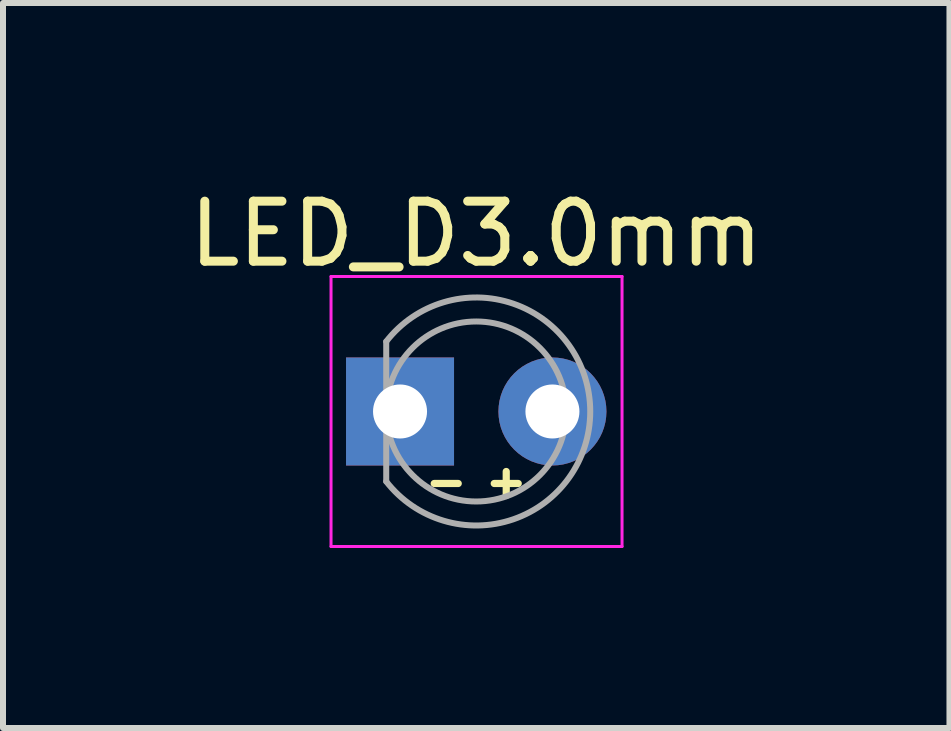
<source format=kicad_pcb>
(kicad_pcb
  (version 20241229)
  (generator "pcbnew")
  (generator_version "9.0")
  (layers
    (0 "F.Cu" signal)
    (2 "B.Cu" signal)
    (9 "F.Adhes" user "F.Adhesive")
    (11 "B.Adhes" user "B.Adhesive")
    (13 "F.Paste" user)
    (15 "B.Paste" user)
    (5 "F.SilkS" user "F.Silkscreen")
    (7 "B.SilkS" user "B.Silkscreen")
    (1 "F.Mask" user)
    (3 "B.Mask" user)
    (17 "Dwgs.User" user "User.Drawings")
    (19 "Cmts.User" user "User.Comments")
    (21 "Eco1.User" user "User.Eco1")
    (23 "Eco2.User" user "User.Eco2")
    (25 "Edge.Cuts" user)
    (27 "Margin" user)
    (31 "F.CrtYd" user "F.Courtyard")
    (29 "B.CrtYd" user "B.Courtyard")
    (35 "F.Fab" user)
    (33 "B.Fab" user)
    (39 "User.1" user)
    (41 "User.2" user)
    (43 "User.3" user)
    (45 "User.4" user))
  (footprint "LED_D3.0mm"
    (layer "F.Cu")
    (at 4.887 3.808)
    (property "Reference" "LED_D3.0mm" (at 0 -2.96 0) (layer "F.SilkS") (effects (font (size 1 1) (thickness 0.15))))
    (attr through_hole)
    (fp_line (start -0.7 1.2) (end -0.3 1.2) (stroke (width 0.12) (type solid)) (layer "F.SilkS"))
    (fp_line (start 0.5 1) (end 0.5 1.4) (stroke (width 0.12) (type solid)) (layer "F.SilkS"))
    (fp_line (start 0.7 1.2) (end 0.3 1.2) (stroke (width 0.12) (type solid)) (layer "F.SilkS"))
    (fp_line (start -2.42 -2.25) (end -2.42 2.25) (stroke (width 0.05) (type solid)) (layer "F.CrtYd"))
    (fp_line (start -2.42 2.25) (end 2.43 2.25) (stroke (width 0.05) (type solid)) (layer "F.CrtYd"))
    (fp_line (start 2.43 -2.25) (end -2.42 -2.25) (stroke (width 0.05) (type solid)) (layer "F.CrtYd"))
    (fp_line (start 2.43 2.25) (end 2.43 -2.25) (stroke (width 0.05) (type solid)) (layer "F.CrtYd"))
    (fp_line (start -1.5 -1.166) (end -1.5 1.166) (stroke (width 0.1) (type solid)) (layer "F.Fab"))
    (fp_arc (start -1.5 -1.16619) (mid 1.9 0.000452) (end -1.500555 1.165476) (stroke (width 0.1) (type solid)) (layer "F.Fab"))
    (fp_circle (center 0 0) (end 1.5 0) (stroke (width 0.1) (type solid)) (fill no) (layer "F.Fab"))
    (pad "1" thru_hole rect (at -1.27 0) (size 1.8 1.8) (drill 0.9) (layers "*.Cu" "*.Mask"))
    (pad "2" thru_hole circle (at 1.27 0) (size 1.8 1.8) (drill 0.9) (layers "*.Cu" "*.Mask")))
  (gr_rect
    (start -3 -3)
    (end 12.774 9.083)
    (stroke (width 0.1) (type default))
    (fill no)
    (layer "Edge.Cuts")))
</source>
